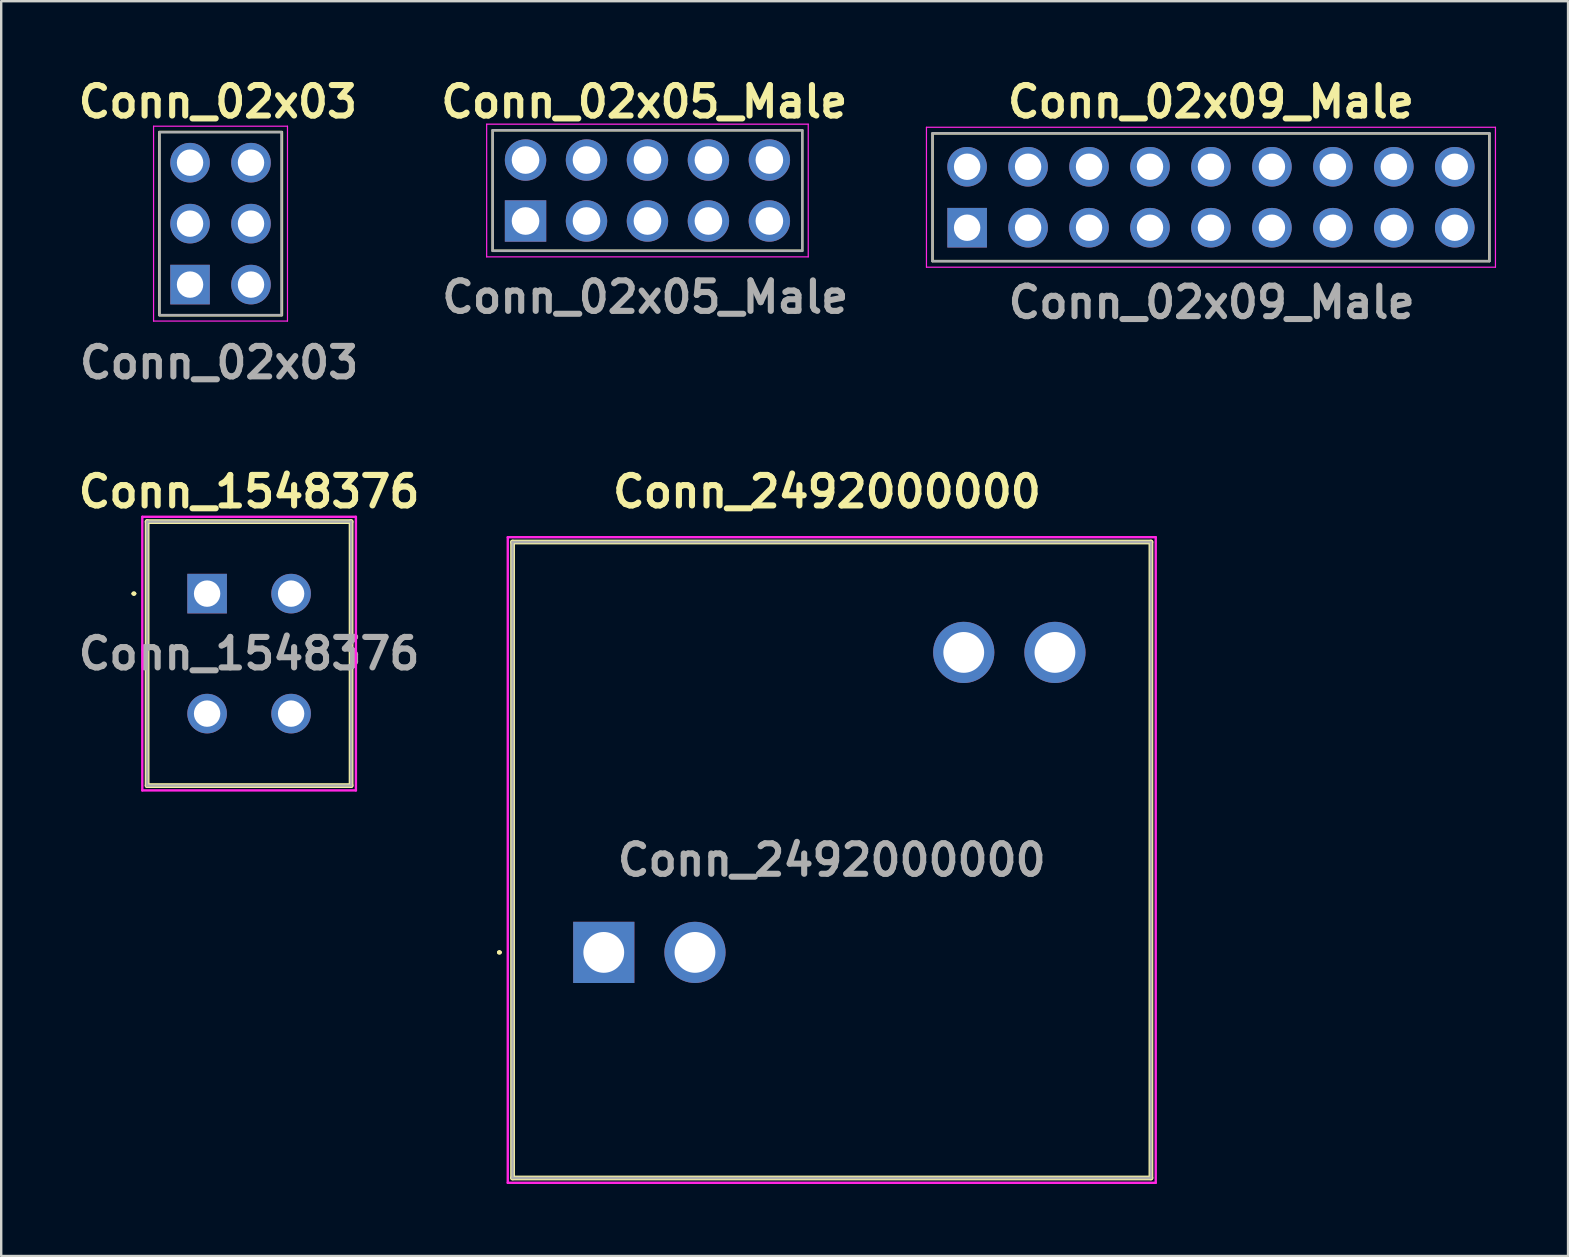
<source format=kicad_pcb>
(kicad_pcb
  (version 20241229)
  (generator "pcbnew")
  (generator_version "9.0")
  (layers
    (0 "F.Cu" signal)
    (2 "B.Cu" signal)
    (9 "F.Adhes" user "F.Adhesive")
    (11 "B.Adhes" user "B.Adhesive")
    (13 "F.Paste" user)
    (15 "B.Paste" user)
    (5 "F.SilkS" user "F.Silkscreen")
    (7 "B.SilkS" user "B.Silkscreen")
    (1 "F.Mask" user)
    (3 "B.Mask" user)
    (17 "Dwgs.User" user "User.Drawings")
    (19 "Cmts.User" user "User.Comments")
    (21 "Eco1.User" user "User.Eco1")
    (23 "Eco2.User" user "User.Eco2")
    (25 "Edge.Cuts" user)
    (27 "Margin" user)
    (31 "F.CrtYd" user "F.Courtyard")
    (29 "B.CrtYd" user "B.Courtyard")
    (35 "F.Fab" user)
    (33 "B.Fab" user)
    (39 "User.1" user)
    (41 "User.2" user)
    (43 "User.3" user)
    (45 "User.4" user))
  (footprint "Conn_02x03"
    (layer "F.Cu")
    (at 6.099 6.309)
    (property "Reference" "Conn_02x03" (at -0.07 -5.12 0) (layer "F.SilkS") (effects (font (size 1.27 1.27) (thickness 0.254))))
    (attr through_hole)
    (fp_rect (start -2.51 -3.86) (end 2.6 3.78) (stroke (width 0.1) (type default)) (fill no) (layer "F.SilkS"))
    (fp_line (start -2.75 -4.1) (end 2.83 -4.1) (stroke (width 0.05) (type solid)) (layer "F.CrtYd"))
    (fp_line (start -2.75 4.02) (end -2.75 -4.1) (stroke (width 0.05) (type solid)) (layer "F.CrtYd"))
    (fp_line (start 2.83 -4.1) (end 2.83 4.02) (stroke (width 0.05) (type solid)) (layer "F.CrtYd"))
    (fp_line (start 2.83 4.02) (end -2.75 4.02) (stroke (width 0.05) (type solid)) (layer "F.CrtYd"))
    (fp_line (start -2.5 -3.85) (end 2.58 -3.85) (stroke (width 0.1) (type solid)) (layer "F.Fab"))
    (fp_line (start -2.5 3.77) (end -2.5 -3.85) (stroke (width 0.1) (type solid)) (layer "F.Fab"))
    (fp_line (start 2.58 -3.85) (end 2.58 3.77) (stroke (width 0.1) (type solid)) (layer "F.Fab"))
    (fp_line (start 2.58 3.77) (end -2.5 3.77) (stroke (width 0.1) (type solid)) (layer "F.Fab"))
    (fp_text user "${REFERENCE}" (at -0.02 5.75 0) (layer "F.Fab") (effects (font (size 1.27 1.27) (thickness 0.254))))
    (pad "1" thru_hole rect (at -1.23 2.5) (size 1.65 1.65) (drill 1.1) (layers "*.Cu" "*.Mask"))
    (pad "2" thru_hole circle (at -1.23 -0.04) (size 1.65 1.65) (drill 1.1) (layers "*.Cu" "*.Mask"))
    (pad "3" thru_hole circle (at -1.23 -2.58) (size 1.65 1.65) (drill 1.1) (layers "*.Cu" "*.Mask"))
    (pad "4" thru_hole circle (at 1.31 2.5) (size 1.65 1.65) (drill 1.1) (layers "*.Cu" "*.Mask"))
    (pad "5" thru_hole circle (at 1.31 -0.04) (size 1.65 1.65) (drill 1.1) (layers "*.Cu" "*.Mask"))
    (pad "6" thru_hole circle (at 1.31 -2.58) (size 1.65 1.65) (drill 1.1) (layers "*.Cu" "*.Mask")))
  (footprint "Conn_02x09_Male"
    (layer "F.Cu")
    (at 47.41 5.169)
    (property "Reference" "Conn_02x09_Male" (at 0 -3.98 0) (layer "F.SilkS") (effects (font (size 1.27 1.27) (thickness 0.254))))
    (attr through_hole)
    (fp_rect (start -11.6 -2.66) (end 11.6 2.66) (stroke (width 0.1) (type default)) (fill no) (layer "F.SilkS"))
    (fp_line (start -11.855 -2.915) (end 11.855 -2.915) (stroke (width 0.05) (type solid)) (layer "F.CrtYd"))
    (fp_line (start -11.855 2.915) (end -11.855 -2.915) (stroke (width 0.05) (type solid)) (layer "F.CrtYd"))
    (fp_line (start 11.855 -2.915) (end 11.855 2.915) (stroke (width 0.05) (type solid)) (layer "F.CrtYd"))
    (fp_line (start 11.855 2.915) (end -11.855 2.915) (stroke (width 0.05) (type solid)) (layer "F.CrtYd"))
    (fp_line (start -11.605 -2.665) (end 11.605 -2.665) (stroke (width 0.1) (type solid)) (layer "F.Fab"))
    (fp_line (start -11.605 2.665) (end -11.605 -2.665) (stroke (width 0.1) (type solid)) (layer "F.Fab"))
    (fp_line (start 11.605 -2.665) (end 11.605 2.665) (stroke (width 0.1) (type solid)) (layer "F.Fab"))
    (fp_line (start 11.605 2.665) (end -11.605 2.665) (stroke (width 0.1) (type solid)) (layer "F.Fab"))
    (fp_text user "${REFERENCE}" (at 0.03 4.38 0) (layer "F.Fab") (effects (font (size 1.27 1.27) (thickness 0.254))))
    (pad "1" thru_hole rect (at -10.16 1.27) (size 1.65 1.65) (drill 1.1) (layers "*.Cu" "*.Mask"))
    (pad "2" thru_hole circle (at -10.16 -1.27) (size 1.65 1.65) (drill 1.1) (layers "*.Cu" "*.Mask"))
    (pad "3" thru_hole circle (at -7.62 1.27) (size 1.65 1.65) (drill 1.1) (layers "*.Cu" "*.Mask"))
    (pad "4" thru_hole circle (at -7.62 -1.27) (size 1.65 1.65) (drill 1.1) (layers "*.Cu" "*.Mask"))
    (pad "5" thru_hole circle (at -5.08 1.27) (size 1.65 1.65) (drill 1.1) (layers "*.Cu" "*.Mask"))
    (pad "6" thru_hole circle (at -5.08 -1.27) (size 1.65 1.65) (drill 1.1) (layers "*.Cu" "*.Mask"))
    (pad "7" thru_hole circle (at -2.54 1.27) (size 1.65 1.65) (drill 1.1) (layers "*.Cu" "*.Mask"))
    (pad "8" thru_hole circle (at -2.54 -1.27) (size 1.65 1.65) (drill 1.1) (layers "*.Cu" "*.Mask"))
    (pad "9" thru_hole circle (at 0 1.27) (size 1.65 1.65) (drill 1.1) (layers "*.Cu" "*.Mask"))
    (pad "10" thru_hole circle (at 0 -1.27) (size 1.65 1.65) (drill 1.1) (layers "*.Cu" "*.Mask"))
    (pad "11" thru_hole circle (at 2.54 1.27) (size 1.65 1.65) (drill 1.1) (layers "*.Cu" "*.Mask"))
    (pad "12" thru_hole circle (at 2.54 -1.27) (size 1.65 1.65) (drill 1.1) (layers "*.Cu" "*.Mask"))
    (pad "13" thru_hole circle (at 5.08 1.27) (size 1.65 1.65) (drill 1.1) (layers "*.Cu" "*.Mask"))
    (pad "14" thru_hole circle (at 5.08 -1.27) (size 1.65 1.65) (drill 1.1) (layers "*.Cu" "*.Mask"))
    (pad "15" thru_hole circle (at 7.62 1.27) (size 1.65 1.65) (drill 1.1) (layers "*.Cu" "*.Mask"))
    (pad "16" thru_hole circle (at 7.62 -1.27) (size 1.65 1.65) (drill 1.1) (layers "*.Cu" "*.Mask"))
    (pad "17" thru_hole circle (at 10.16 1.27) (size 1.65 1.65) (drill 1.1) (layers "*.Cu" "*.Mask"))
    (pad "18" thru_hole circle (at 10.16 -1.27) (size 1.65 1.65) (drill 1.1) (layers "*.Cu" "*.Mask")))
  (footprint "Conn_02x05_Male"
    (layer "F.Cu")
    (at 23.809 4.879)
    (property "Reference" "Conn_02x05_Male" (at -0.01 -3.69 0) (layer "F.SilkS") (effects (font (size 1.27 1.27) (thickness 0.254))))
    (attr through_hole)
    (fp_rect (start -6.33 -2.5) (end 6.57 2.52) (stroke (width 0.1) (type default)) (fill no) (layer "F.SilkS"))
    (fp_line (start -6.58 -2.755) (end 6.82 -2.755) (stroke (width 0.05) (type solid)) (layer "F.CrtYd"))
    (fp_line (start -6.58 2.775) (end -6.58 -2.755) (stroke (width 0.05) (type solid)) (layer "F.CrtYd"))
    (fp_line (start 6.82 -2.755) (end 6.82 2.775) (stroke (width 0.05) (type solid)) (layer "F.CrtYd"))
    (fp_line (start 6.82 2.775) (end -6.58 2.775) (stroke (width 0.05) (type solid)) (layer "F.CrtYd"))
    (fp_line (start -6.33 -2.505) (end 6.57 -2.505) (stroke (width 0.1) (type solid)) (layer "F.Fab"))
    (fp_line (start -6.33 2.525) (end -6.33 -2.505) (stroke (width 0.1) (type solid)) (layer "F.Fab"))
    (fp_line (start 6.57 -2.505) (end 6.57 2.525) (stroke (width 0.1) (type solid)) (layer "F.Fab"))
    (fp_line (start 6.57 2.525) (end -6.33 2.525) (stroke (width 0.1) (type solid)) (layer "F.Fab"))
    (fp_text user "${REFERENCE}" (at 0.03 4.45 0) (layer "F.Fab") (effects (font (size 1.27 1.27) (thickness 0.254))))
    (pad "1" thru_hole rect (at -4.96 1.28) (size 1.725 1.725) (drill 1.15) (layers "*.Cu" "*.Mask"))
    (pad "2" thru_hole circle (at -4.96 -1.26) (size 1.725 1.725) (drill 1.15) (layers "*.Cu" "*.Mask"))
    (pad "3" thru_hole circle (at -2.42 1.28) (size 1.725 1.725) (drill 1.15) (layers "*.Cu" "*.Mask"))
    (pad "4" thru_hole circle (at -2.42 -1.26) (size 1.725 1.725) (drill 1.15) (layers "*.Cu" "*.Mask"))
    (pad "5" thru_hole circle (at 0.12 1.28) (size 1.725 1.725) (drill 1.15) (layers "*.Cu" "*.Mask"))
    (pad "6" thru_hole circle (at 0.12 -1.26) (size 1.725 1.725) (drill 1.15) (layers "*.Cu" "*.Mask"))
    (pad "7" thru_hole circle (at 2.66 1.28) (size 1.725 1.725) (drill 1.15) (layers "*.Cu" "*.Mask"))
    (pad "8" thru_hole circle (at 2.66 -1.26) (size 1.725 1.725) (drill 1.15) (layers "*.Cu" "*.Mask"))
    (pad "9" thru_hole circle (at 5.2 1.28) (size 1.725 1.725) (drill 1.15) (layers "*.Cu" "*.Mask"))
    (pad "10" thru_hole circle (at 5.2 -1.26) (size 1.725 1.725) (drill 1.15) (layers "*.Cu" "*.Mask")))
  (footprint "Conn_1548376"
    (layer "F.Cu")
    (at 5.68 21.636)
    (property "Reference" "Conn_1548376" (at 1.65 -4.2 0) (layer "F.SilkS") (effects (font (size 1.27 1.27) (thickness 0.254))))
    (attr through_hole)
    (fp_line (start -3.2 0.05) (end -3.2 0.05) (stroke (width 0.1) (type solid)) (layer "F.SilkS"))
    (fp_line (start -3.1 0.05) (end -3.1 0.05) (stroke (width 0.1) (type solid)) (layer "F.SilkS"))
    (fp_line (start -2.6 -2.95) (end 5.9 -2.95) (stroke (width 0.2) (type solid)) (layer "F.SilkS"))
    (fp_line (start -2.6 8.05) (end -2.6 -2.95) (stroke (width 0.2) (type solid)) (layer "F.SilkS"))
    (fp_line (start 5.9 -2.95) (end 5.9 8.05) (stroke (width 0.2) (type solid)) (layer "F.SilkS"))
    (fp_line (start 5.9 8.05) (end -2.6 8.05) (stroke (width 0.2) (type solid)) (layer "F.SilkS"))
    (fp_arc (start -3.2 0.05) (mid -3.15 0) (end -3.1 0.05) (stroke (width 0.1) (type solid)) (layer "F.SilkS"))
    (fp_arc (start -3.1 0.05) (mid -3.15 0.1) (end -3.2 0.05) (stroke (width 0.1) (type solid)) (layer "F.SilkS"))
    (fp_line (start -2.8 -3.15) (end 6.1 -3.15) (stroke (width 0.1) (type solid)) (layer "F.CrtYd"))
    (fp_line (start -2.8 8.25) (end -2.8 -3.15) (stroke (width 0.1) (type solid)) (layer "F.CrtYd"))
    (fp_line (start 6.1 -3.15) (end 6.1 8.25) (stroke (width 0.1) (type solid)) (layer "F.CrtYd"))
    (fp_line (start 6.1 8.25) (end -2.8 8.25) (stroke (width 0.1) (type solid)) (layer "F.CrtYd"))
    (fp_line (start -2.6 -2.95) (end 5.9 -2.95) (stroke (width 0.1) (type solid)) (layer "F.Fab"))
    (fp_line (start -2.6 8.05) (end -2.6 -2.95) (stroke (width 0.1) (type solid)) (layer "F.Fab"))
    (fp_line (start 5.9 -2.95) (end 5.9 8.05) (stroke (width 0.1) (type solid)) (layer "F.Fab"))
    (fp_line (start 5.9 8.05) (end -2.6 8.05) (stroke (width 0.1) (type solid)) (layer "F.Fab"))
    (fp_text user "${REFERENCE}" (at 1.65 2.55 0) (layer "F.Fab") (effects (font (size 1.27 1.27) (thickness 0.254))))
    (pad "1" thru_hole rect (at -0.1 0.05) (size 1.65 1.65) (drill 1.1) (layers "*.Cu" "*.Mask"))
    (pad "2" thru_hole circle (at -0.1 5.05) (size 1.65 1.65) (drill 1.1) (layers "*.Cu" "*.Mask"))
    (pad "3" thru_hole circle (at 3.4 0.05) (size 1.65 1.65) (drill 1.1) (layers "*.Cu" "*.Mask"))
    (pad "4" thru_hole circle (at 3.4 5.05) (size 1.65 1.65) (drill 1.1) (layers "*.Cu" "*.Mask")))
  (footprint "Conn_2492000000"
    (layer "F.Cu")
    (at 22.209 36.586)
    (property "Reference" "Conn_2492000000" (at 9.2 -19.15 0) (layer "F.SilkS") (effects (font (size 1.27 1.27) (thickness 0.254))))
    (attr through_hole)
    (fp_line (start -4.5 0.05) (end -4.5 0.05) (stroke (width 0.1) (type solid)) (layer "F.SilkS"))
    (fp_line (start -4.4 0.05) (end -4.4 0.05) (stroke (width 0.1) (type solid)) (layer "F.SilkS"))
    (fp_line (start -3.9 -17.05) (end 22.7 -17.05) (stroke (width 0.2) (type solid)) (layer "F.SilkS"))
    (fp_line (start -3.9 9.45) (end -3.9 -17.05) (stroke (width 0.2) (type solid)) (layer "F.SilkS"))
    (fp_line (start 22.7 -17.05) (end 22.7 9.45) (stroke (width 0.2) (type solid)) (layer "F.SilkS"))
    (fp_line (start 22.7 9.45) (end -3.9 9.45) (stroke (width 0.2) (type solid)) (layer "F.SilkS"))
    (fp_arc (start -4.5 0.05) (mid -4.45 0) (end -4.4 0.05) (stroke (width 0.1) (type solid)) (layer "F.SilkS"))
    (fp_arc (start -4.4 0.05) (mid -4.45 0.1) (end -4.5 0.05) (stroke (width 0.1) (type solid)) (layer "F.SilkS"))
    (fp_line (start -4.1 -17.25) (end 22.9 -17.25) (stroke (width 0.1) (type solid)) (layer "F.CrtYd"))
    (fp_line (start -4.1 9.65) (end -4.1 -17.25) (stroke (width 0.1) (type solid)) (layer "F.CrtYd"))
    (fp_line (start 22.9 -17.25) (end 22.9 9.65) (stroke (width 0.1) (type solid)) (layer "F.CrtYd"))
    (fp_line (start 22.9 9.65) (end -4.1 9.65) (stroke (width 0.1) (type solid)) (layer "F.CrtYd"))
    (fp_line (start -3.9 -17.05) (end -3.9 9.45) (stroke (width 0.1) (type solid)) (layer "F.Fab"))
    (fp_line (start -3.9 9.45) (end 22.7 9.45) (stroke (width 0.1) (type solid)) (layer "F.Fab"))
    (fp_line (start 22.7 -17.05) (end -3.9 -17.05) (stroke (width 0.1) (type solid)) (layer "F.Fab"))
    (fp_line (start 22.7 9.45) (end 22.7 -17.05) (stroke (width 0.1) (type solid)) (layer "F.Fab"))
    (fp_text user "${REFERENCE}" (at 9.4 -3.8 0) (layer "F.Fab") (effects (font (size 1.27 1.27) (thickness 0.254))))
    (pad "1" thru_hole rect (at -0.1 0.05) (size 2.55 2.55) (drill 1.7) (layers "*.Cu" "*.Mask"))
    (pad "2" thru_hole circle (at 3.7 0.05) (size 2.55 2.55) (drill 1.7) (layers "*.Cu" "*.Mask"))
    (pad "3" thru_hole circle (at 14.9 -12.45) (size 2.55 2.55) (drill 1.7) (layers "*.Cu" "*.Mask"))
    (pad "4" thru_hole circle (at 18.7 -12.45) (size 2.55 2.55) (drill 1.7) (layers "*.Cu" "*.Mask")))
  (gr_rect
    (start -3 -3)
    (end 62.29 49.286)
    (stroke (width 0.1) (type default))
    (fill no)
    (layer "Edge.Cuts")))
</source>
